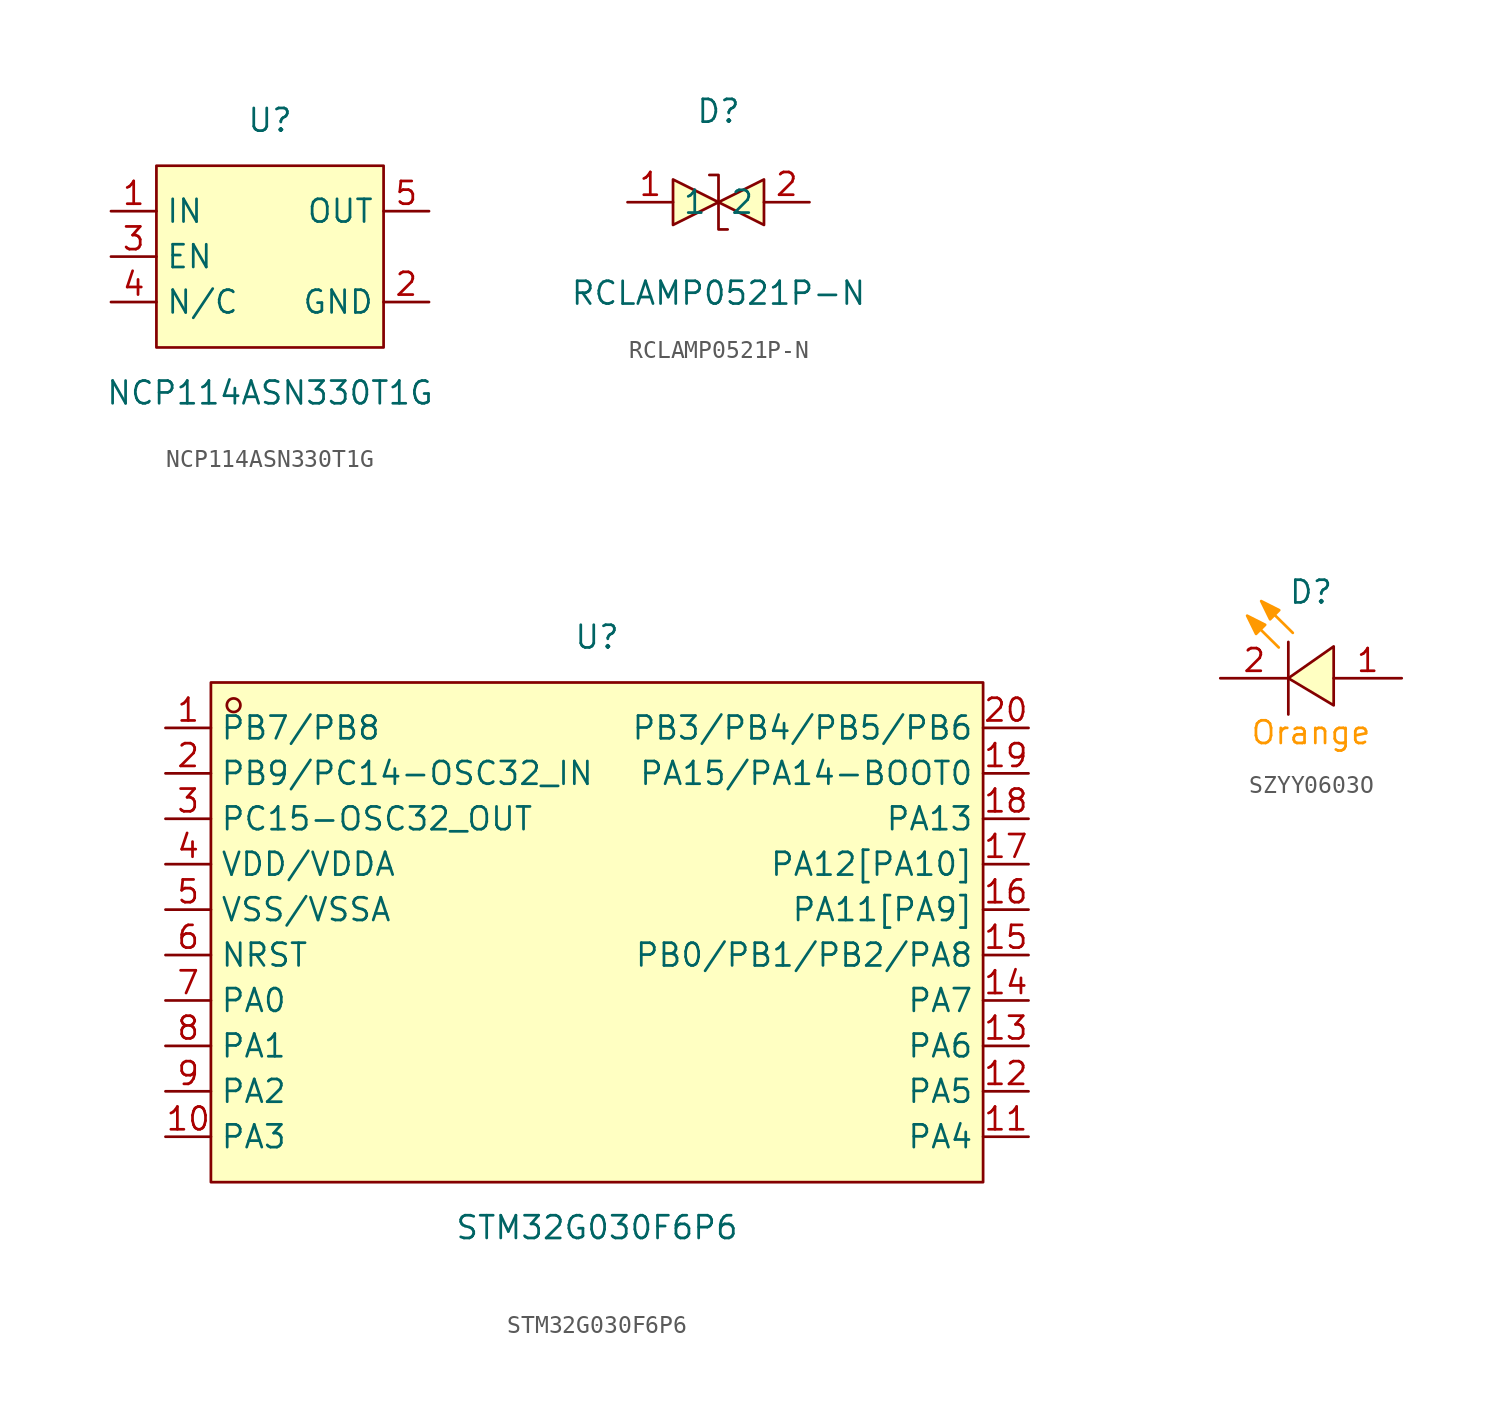
<source format=kicad_sym>
(kicad_symbol_lib
  (version 20241209)
  (generator "kicad_symbol_editor")
  (generator_version "9.0")
  (symbol "NCP114ASN330T1G"
    (property "Reference" "U"
      (at 0 7.62 0)
      (effects (font (size 1.27 1.27))))
    (property "Value" "NCP114ASN330T1G"
      (at 0 -7.62 0)
      (effects (font (size 1.27 1.27))))
    (symbol "NCP114ASN330T1G_0_1"
      (rectangle (start -6.35 5.08) (end 6.35 -5.08) (stroke (width 0) (type default)) (fill (type background)))
      (pin unspecified line (at -8.89 2.54 0) (length 2.54) (name "IN" (effects (font (size 1.27 1.27)))) (number "1" (effects (font (size 1.27 1.27)))))
      (pin unspecified line (at -8.89 0 0) (length 2.54) (name "EN" (effects (font (size 1.27 1.27)))) (number "3" (effects (font (size 1.27 1.27)))))
      (pin unspecified line (at -8.89 -2.54 0) (length 2.54) (name "N/C" (effects (font (size 1.27 1.27)))) (number "4" (effects (font (size 1.27 1.27)))))
      (pin unspecified line (at 8.89 2.54 180) (length 2.54) (name "OUT" (effects (font (size 1.27 1.27)))) (number "5" (effects (font (size 1.27 1.27)))))
      (pin unspecified line (at 8.89 -2.54 180) (length 2.54) (name "GND" (effects (font (size 1.27 1.27)))) (number "2" (effects (font (size 1.27 1.27)))))))
  (symbol "RCLAMP0521P-N"
    (property "Reference" "D"
      (at 0 5.08 0)
      (effects (font (size 1.27 1.27))))
    (property "Value" "RCLAMP0521P-N"
      (at 0 -5.08 0)
      (effects (font (size 1.27 1.27))))
    (symbol "RCLAMP0521P-N_0_1"
      (polyline (pts (xy -2.54 1.27) (xy 0 0) (xy -2.54 -1.27) (xy -2.54 1.27)) (stroke (width 0) (type default)) (fill (type background)))
      (polyline (pts (xy -0.51 1.52) (xy -0.51 1.52) (xy 0 1.52) (xy 0 -1.52) (xy 0.51 -1.52) (xy 0.51 -1.52)) (stroke (width 0) (type default)) (fill (type none)))
      (polyline (pts (xy 2.54 1.27) (xy 0 0) (xy 2.54 -1.27) (xy 2.54 1.27)) (stroke (width 0) (type default)) (fill (type background)))
      (pin unspecified line (at -5.08 0 0) (length 2.54) (name "1" (effects (font (size 1.27 1.27)))) (number "1" (effects (font (size 1.27 1.27)))))
      (pin unspecified line (at 5.08 0 180) (length 2.54) (name "2" (effects (font (size 1.27 1.27)))) (number "2" (effects (font (size 1.27 1.27)))))))
  (symbol "STM32G030F6P6"
    (property "Reference" "U"
      (at 0 16.51 0)
      (effects (font (size 1.27 1.27))))
    (property "Value" "STM32G030F6P6"
      (at 0 -16.51 0)
      (effects (font (size 1.27 1.27))))
    (symbol "STM32G030F6P6_0_1"
      (rectangle (start -21.59 13.97) (end 21.59 -13.97) (stroke (width 0) (type default)) (fill (type background)))
      (circle (center -20.32 12.7) (radius 0.38) (stroke (width 0) (type default)) (fill (type none)))
      (pin unspecified line (at -24.13 11.43 0) (length 2.54) (name "PB7/PB8" (effects (font (size 1.27 1.27)))) (number "1" (effects (font (size 1.27 1.27)))))
      (pin unspecified line (at -24.13 8.89 0) (length 2.54) (name "PB9/PC14-OSC32_IN" (effects (font (size 1.27 1.27)))) (number "2" (effects (font (size 1.27 1.27)))))
      (pin unspecified line (at -24.13 6.35 0) (length 2.54) (name "PC15-OSC32_OUT" (effects (font (size 1.27 1.27)))) (number "3" (effects (font (size 1.27 1.27)))))
      (pin unspecified line (at -24.13 3.81 0) (length 2.54) (name "VDD/VDDA" (effects (font (size 1.27 1.27)))) (number "4" (effects (font (size 1.27 1.27)))))
      (pin unspecified line (at -24.13 1.27 0) (length 2.54) (name "VSS/VSSA" (effects (font (size 1.27 1.27)))) (number "5" (effects (font (size 1.27 1.27)))))
      (pin unspecified line (at -24.13 -1.27 0) (length 2.54) (name "NRST" (effects (font (size 1.27 1.27)))) (number "6" (effects (font (size 1.27 1.27)))))
      (pin unspecified line (at -24.13 -3.81 0) (length 2.54) (name "PA0" (effects (font (size 1.27 1.27)))) (number "7" (effects (font (size 1.27 1.27)))))
      (pin unspecified line (at -24.13 -6.35 0) (length 2.54) (name "PA1" (effects (font (size 1.27 1.27)))) (number "8" (effects (font (size 1.27 1.27)))))
      (pin unspecified line (at -24.13 -8.89 0) (length 2.54) (name "PA2" (effects (font (size 1.27 1.27)))) (number "9" (effects (font (size 1.27 1.27)))))
      (pin unspecified line (at -24.13 -11.43 0) (length 2.54) (name "PA3" (effects (font (size 1.27 1.27)))) (number "10" (effects (font (size 1.27 1.27)))))
      (pin unspecified line (at 24.13 11.43 180) (length 2.54) (name "PB3/PB4/PB5/PB6" (effects (font (size 1.27 1.27)))) (number "20" (effects (font (size 1.27 1.27)))))
      (pin unspecified line (at 24.13 8.89 180) (length 2.54) (name "PA15/PA14-BOOT0" (effects (font (size 1.27 1.27)))) (number "19" (effects (font (size 1.27 1.27)))))
      (pin unspecified line (at 24.13 6.35 180) (length 2.54) (name "PA13" (effects (font (size 1.27 1.27)))) (number "18" (effects (font (size 1.27 1.27)))))
      (pin unspecified line (at 24.13 3.81 180) (length 2.54) (name "PA12[PA10]" (effects (font (size 1.27 1.27)))) (number "17" (effects (font (size 1.27 1.27)))))
      (pin unspecified line (at 24.13 1.27 180) (length 2.54) (name "PA11[PA9]" (effects (font (size 1.27 1.27)))) (number "16" (effects (font (size 1.27 1.27)))))
      (pin unspecified line (at 24.13 -1.27 180) (length 2.54) (name "PB0/PB1/PB2/PA8" (effects (font (size 1.27 1.27)))) (number "15" (effects (font (size 1.27 1.27)))))
      (pin unspecified line (at 24.13 -3.81 180) (length 2.54) (name "PA7" (effects (font (size 1.27 1.27)))) (number "14" (effects (font (size 1.27 1.27)))))
      (pin unspecified line (at 24.13 -6.35 180) (length 2.54) (name "PA6" (effects (font (size 1.27 1.27)))) (number "13" (effects (font (size 1.27 1.27)))))
      (pin unspecified line (at 24.13 -8.89 180) (length 2.54) (name "PA5" (effects (font (size 1.27 1.27)))) (number "12" (effects (font (size 1.27 1.27)))))
      (pin unspecified line (at 24.13 -11.43 180) (length 2.54) (name "PA4" (effects (font (size 1.27 1.27)))) (number "11" (effects (font (size 1.27 1.27)))))))
  (symbol "SZYY0603O"
    (property "Reference" "D"
      (at 0 4.826 0)
      (effects (font (size 1.27 1.27))))
    (symbol "SZYY0603O_0_1"
      (polyline (pts (xy -3.577 3.502) (xy -2.567 2.992) (xy -3.077 2.482) (xy -3.577 3.502)) (stroke (width 0) (type default) (color 255 153 0 1)) (fill (type color) (color 255 153 0 1)))
      (polyline (pts (xy -2.79 4.32) (xy -1.78 3.81) (xy -2.29 3.3) (xy -2.79 4.32)) (stroke (width 0) (type default) (color 255 153 0 1)) (fill (type color) (color 255 153 0 1)))
      (polyline (pts (xy -1.807 1.722) (xy -2.827 2.73)) (stroke (width 0) (type default) (color 255 153 0 1)) (fill (type color) (color 0 0 0 0)))
      (polyline (pts (xy -1.27 2.03) (xy -1.27 -2.03)) (stroke (width 0) (type default)) (fill (type none)))
      (polyline (pts (xy -1.02 2.54) (xy -2.04 3.548)) (stroke (width 0) (type default) (color 255 153 0 1)) (fill (type color) (color 0 0 0 0)))
      (polyline (pts (xy 1.27 -1.52) (xy -1.27 0) (xy 1.27 1.78) (xy 1.27 -1.52)) (stroke (width 0) (type default)) (fill (type background))))
    (symbol "SZYY0603O_1_1"
      (text "Orange" (at 0 -3.048 0) (effects (font (size 1.27 1.27) (color 255 153 0 1))))
      (pin unspecified line (at -5.08 0 0) (length 3.81) (name "" (effects (font (size 1.27 1.27)))) (number "2" (effects (font (size 1.27 1.27)))))
      (pin unspecified line (at 5.08 0 180) (length 3.81) (name "" (effects (font (size 1.27 1.27)))) (number "1" (effects (font (size 1.27 1.27))))))))
</source>
